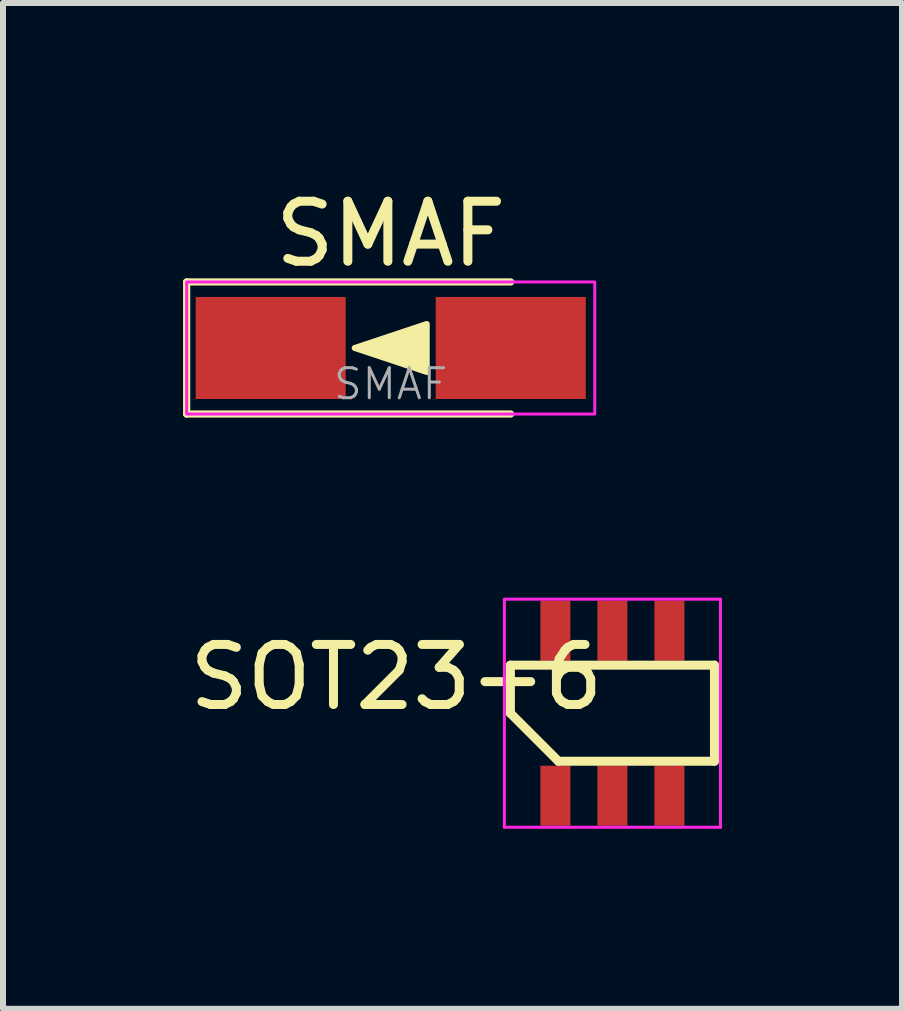
<source format=kicad_pcb>
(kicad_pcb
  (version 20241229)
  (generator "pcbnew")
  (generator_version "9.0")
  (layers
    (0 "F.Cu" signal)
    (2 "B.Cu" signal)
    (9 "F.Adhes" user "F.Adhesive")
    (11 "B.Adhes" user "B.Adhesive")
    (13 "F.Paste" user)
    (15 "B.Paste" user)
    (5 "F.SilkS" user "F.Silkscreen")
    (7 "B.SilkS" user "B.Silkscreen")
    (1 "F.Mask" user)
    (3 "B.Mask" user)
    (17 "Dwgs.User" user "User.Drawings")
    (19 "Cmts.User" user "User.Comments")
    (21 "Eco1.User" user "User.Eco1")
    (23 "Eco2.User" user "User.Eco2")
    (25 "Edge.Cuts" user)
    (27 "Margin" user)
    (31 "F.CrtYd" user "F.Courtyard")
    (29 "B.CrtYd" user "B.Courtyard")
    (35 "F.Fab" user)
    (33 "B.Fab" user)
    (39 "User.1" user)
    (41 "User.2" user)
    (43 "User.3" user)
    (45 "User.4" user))
  (footprint "SMAF"
    (layer "F.Cu")
    (at 3.46 2.748)
    (property "Reference" "SMAF" (at 0 -1.9 0) (unlocked yes) (layer "F.SilkS") (effects (font (size 1 1) (thickness 0.15))))
    (fp_line (start -3.4 -1.1) (end -3.4 1.1) (stroke (width 0.12) (type solid)) (layer "F.SilkS"))
    (fp_line (start -3.4 1.1) (end 2 1.1) (stroke (width 0.12) (type solid)) (layer "F.SilkS"))
    (fp_line (start 2 -1.1) (end -3.4 -1.1) (stroke (width 0.12) (type solid)) (layer "F.SilkS"))
    (fp_poly (pts (xy 0.6 0.4) (xy -0.6 0) (xy 0.6 -0.4)) (stroke (width 0.1) (type solid)) (fill yes) (layer "F.SilkS"))
    (fp_rect (start -3.4 -1.1) (end 3.4 1.1) (stroke (width 0.05) (type solid)) (fill no) (layer "F.CrtYd"))
    (fp_text user "${REFERENCE}" (at 0 0.6 0) (unlocked yes) (layer "F.Fab") (effects (font (size 0.5 0.5) (thickness 0.05))))
    (pad "1" smd rect (at -2 0) (size 2.5 1.7) (layers "F.Cu" "F.Mask" "F.Paste"))
    (pad "2" smd rect (at 2 0) (size 2.5 1.7) (layers "F.Cu" "F.Mask" "F.Paste")))
  (footprint "SOT23-6"
    (layer "F.Cu")
    (at 7.154 8.833)
    (property "Reference" "SOT23-6" (at -3.6 -0.6 0) (layer "F.SilkS") (effects (font (size 1 1) (thickness 0.15))))
    (attr smd)
    (fp_line (start -1.7 -0.8) (end 1.7 -0.8) (stroke (width 0.15) (type solid)) (layer "F.SilkS"))
    (fp_line (start -1.7 0) (end -1.7 -0.8) (stroke (width 0.15) (type solid)) (layer "F.SilkS"))
    (fp_line (start -0.9 0.8) (end -1.7 0) (stroke (width 0.15) (type solid)) (layer "F.SilkS"))
    (fp_line (start 1.7 -0.8) (end 1.7 0.8) (stroke (width 0.15) (type solid)) (layer "F.SilkS"))
    (fp_line (start 1.7 0.8) (end -0.9 0.8) (stroke (width 0.15) (type solid)) (layer "F.SilkS"))
    (fp_line (start -1.8 -1.9) (end 1.8 -1.9) (stroke (width 0.05) (type solid)) (layer "F.CrtYd"))
    (fp_line (start -1.8 1.9) (end -1.8 -1.9) (stroke (width 0.05) (type solid)) (layer "F.CrtYd"))
    (fp_line (start 1.8 -1.9) (end 1.8 1.9) (stroke (width 0.05) (type solid)) (layer "F.CrtYd"))
    (fp_line (start 1.8 1.9) (end -1.8 1.9) (stroke (width 0.05) (type solid)) (layer "F.CrtYd"))
    (pad "1" smd rect (at -0.95 1.375) (size 0.5 1) (layers "F.Cu" "F.Mask" "F.Paste"))
    (pad "2" smd rect (at 0 1.375) (size 0.5 1) (layers "F.Cu" "F.Mask" "F.Paste"))
    (pad "3" smd rect (at 0.95 1.375) (size 0.5 1) (layers "F.Cu" "F.Mask" "F.Paste"))
    (pad "4" smd rect (at 0.95 -1.375) (size 0.5 1) (layers "F.Cu" "F.Mask" "F.Paste"))
    (pad "5" smd rect (at 0 -1.375) (size 0.5 1) (layers "F.Cu" "F.Mask" "F.Paste"))
    (pad "6" smd rect (at -0.95 -1.375) (size 0.5 1) (layers "F.Cu" "F.Mask" "F.Paste")))
  (gr_rect
    (start -3 -3)
    (end 11.979 13.758)
    (stroke (width 0.1) (type default))
    (fill no)
    (layer "Edge.Cuts")))
</source>
